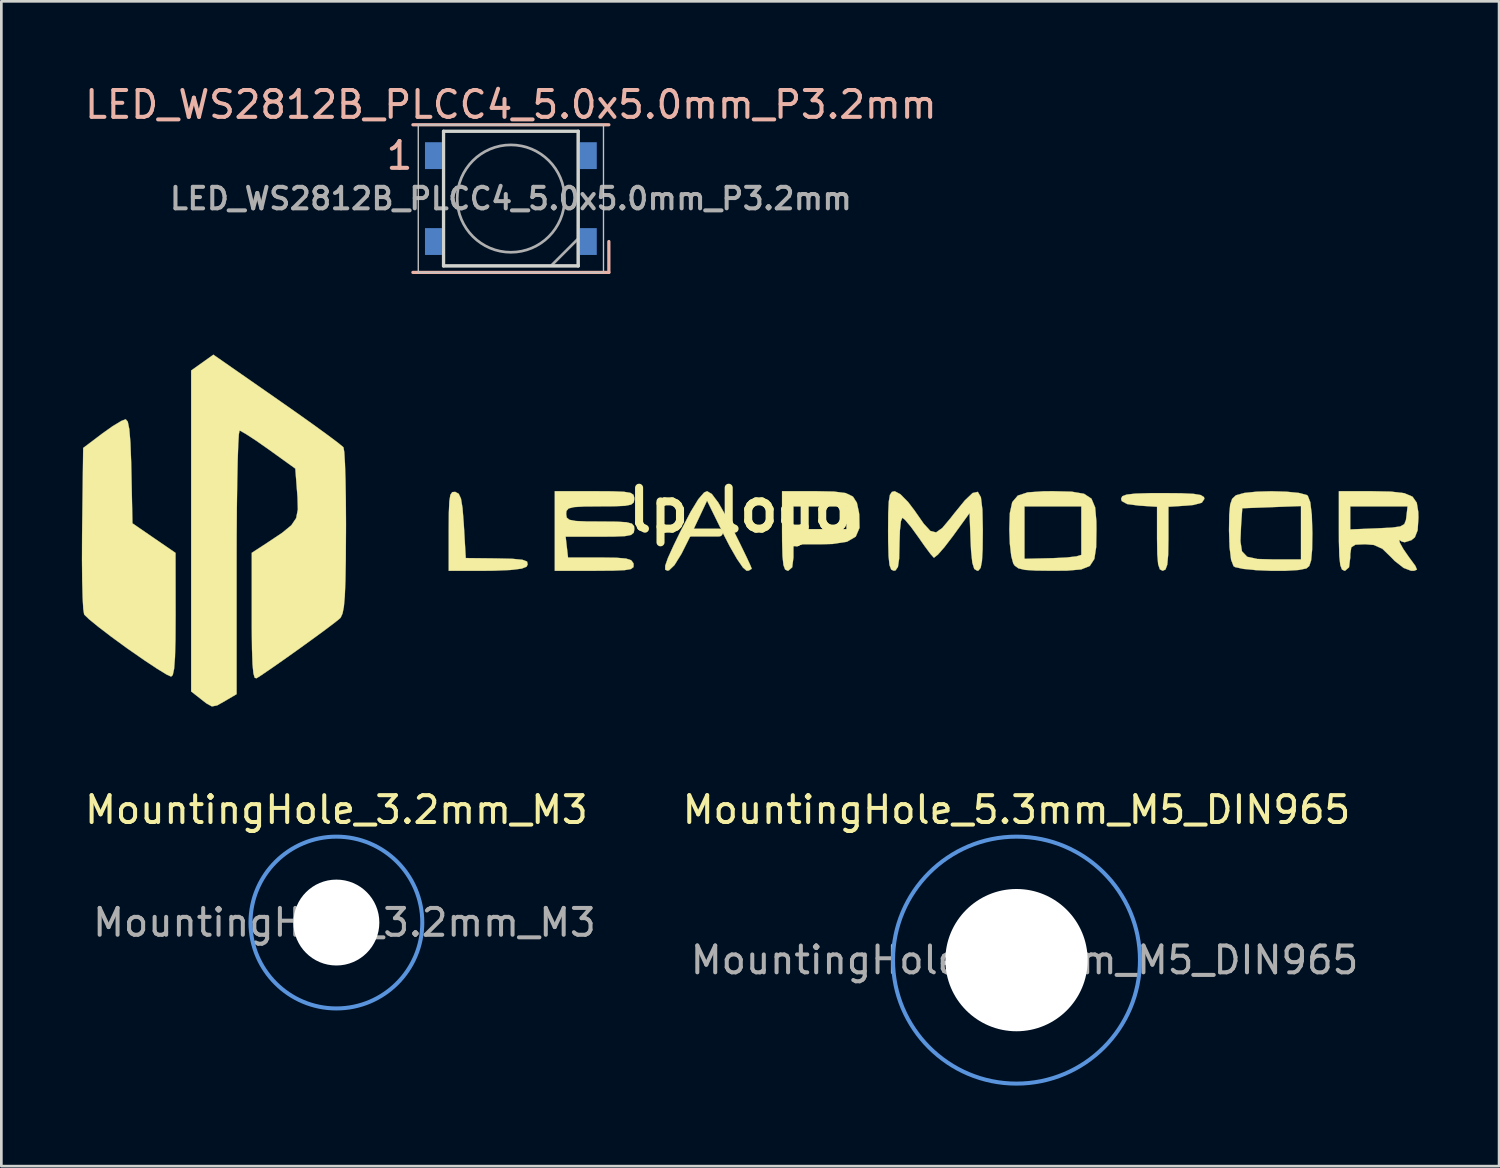
<source format=kicad_pcb>
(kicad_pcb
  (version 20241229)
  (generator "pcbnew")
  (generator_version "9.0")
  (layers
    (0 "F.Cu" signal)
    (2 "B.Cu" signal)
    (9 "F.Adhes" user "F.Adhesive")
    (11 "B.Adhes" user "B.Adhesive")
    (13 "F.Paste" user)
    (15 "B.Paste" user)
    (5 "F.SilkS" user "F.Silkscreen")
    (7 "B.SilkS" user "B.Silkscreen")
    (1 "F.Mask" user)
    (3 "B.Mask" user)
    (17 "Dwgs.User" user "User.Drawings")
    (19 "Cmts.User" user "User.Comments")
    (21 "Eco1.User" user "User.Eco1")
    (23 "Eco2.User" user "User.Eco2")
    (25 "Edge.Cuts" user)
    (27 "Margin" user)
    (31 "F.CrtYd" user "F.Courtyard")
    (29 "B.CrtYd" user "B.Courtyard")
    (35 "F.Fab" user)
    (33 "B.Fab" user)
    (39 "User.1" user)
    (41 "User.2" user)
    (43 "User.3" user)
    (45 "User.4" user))
  (footprint "LED_WS2812B_PLCC4_5.0x5.0mm_P3.2mm"
    (layer "F.Cu")
    (at 15.982 4.348)
    (property "Reference" "LED_WS2812B_PLCC4_5.0x5.0mm_P3.2mm" (at 0 -3.5 0) (layer "B.SilkS") (effects (font (size 1 1) (thickness 0.15))))
    (attr smd)
    (fp_line (start -3.65 -2.75) (end 3.65 -2.75) (stroke (width 0.12) (type solid)) (layer "B.SilkS"))
    (fp_line (start -3.65 2.75) (end 3.65 2.75) (stroke (width 0.12) (type solid)) (layer "B.SilkS"))
    (fp_line (start 3.65 2.75) (end 3.65 1.6) (stroke (width 0.12) (type solid)) (layer "B.SilkS"))
    (fp_line (start -3.45 -2.75) (end -3.45 2.75) (stroke (width 0.05) (type solid)) (layer "Dwgs.User"))
    (fp_line (start -3.45 2.75) (end 3.45 2.75) (stroke (width 0.05) (type solid)) (layer "Dwgs.User"))
    (fp_line (start 3.45 -2.75) (end -3.45 -2.75) (stroke (width 0.05) (type solid)) (layer "Dwgs.User"))
    (fp_line (start 3.45 2.75) (end 3.45 -2.75) (stroke (width 0.05) (type solid)) (layer "Dwgs.User"))
    (fp_line (start -2.51 -2.51) (end 2.51 -2.51) (stroke (width 0.12) (type solid)) (layer "Edge.Cuts"))
    (fp_line (start -2.51 2.51) (end -2.51 -2.51) (stroke (width 0.12) (type solid)) (layer "Edge.Cuts"))
    (fp_line (start 2.51 -2.51) (end 2.51 2.5) (stroke (width 0.12) (type solid)) (layer "Edge.Cuts"))
    (fp_line (start 2.51 2.5) (end 2.51 2.51) (stroke (width 0.12) (type solid)) (layer "Edge.Cuts"))
    (fp_line (start 2.51 2.51) (end -2.51 2.51) (stroke (width 0.12) (type solid)) (layer "Edge.Cuts"))
    (fp_line (start -2.5 -2.5) (end -2.5 2.5) (stroke (width 0.1) (type solid)) (layer "F.Fab"))
    (fp_line (start -2.5 2.5) (end 2.5 2.5) (stroke (width 0.1) (type solid)) (layer "F.Fab"))
    (fp_line (start 2.5 -2.5) (end -2.5 -2.5) (stroke (width 0.1) (type solid)) (layer "F.Fab"))
    (fp_line (start 2.5 1.5) (end 1.5 2.5) (stroke (width 0.1) (type solid)) (layer "F.Fab"))
    (fp_line (start 2.5 2.5) (end 2.5 -2.5) (stroke (width 0.1) (type solid)) (layer "F.Fab"))
    (fp_circle (center 0 0) (end 0 -2) (stroke (width 0.1) (type solid)) (fill no) (layer "F.Fab"))
    (fp_text user "1" (at -4.15 -1.6 0) (layer "B.SilkS") (effects (font (size 1 1) (thickness 0.15))))
    (fp_text user "${REFERENCE}" (at 0 0 0) (layer "F.Fab") (effects (font (size 0.8 0.8) (thickness 0.15))))
    (pad "1" smd rect (at -2.885 -1.6) (size 0.63 1) (layers "B.Cu" "B.Mask" "B.Paste"))
    (pad "2" smd rect (at -2.885 1.6) (size 0.63 1) (layers "B.Cu" "B.Mask" "B.Paste"))
    (pad "3" smd rect (at 2.885 1.6) (size 0.63 1) (layers "B.Cu" "B.Mask" "B.Paste"))
    (pad "4" smd rect (at 2.885 -1.6) (size 0.63 1) (layers "B.Cu" "B.Mask" "B.Paste")))
  (footprint "lp_logo"
    (layer "F.Cu")
    (at 24.532 15.955)
    (property "Reference" "lp_logo" (at 0 0 0) (layer "F.SilkS") (effects (font (size 1.524 1.524) (thickness 0.3))))
    (attr through_hole)
    (fp_poly (pts (xy -10.619 -0.679) (xy -10.493 -0.611) (xy -10.409 -0.428) (xy -10.351 -0.076) (xy -10.306 0.498) (xy -10.301 0.576) (xy -10.231 1.785) (xy -9.126 1.797) (xy -8.506 1.811) (xy -8.127 1.847) (xy -7.947 1.914) (xy -7.925 2.023) (xy -7.967 2.107) (xy -8.149 2.178) (xy -8.568 2.229) (xy -9.176 2.255) (xy -9.463 2.258) (xy -10.866 2.258) (xy -10.866 0.766) (xy -10.861 0.101) (xy -10.843 -0.329) (xy -10.804 -0.571) (xy -10.734 -0.672) (xy -10.626 -0.681) (xy -10.619 -0.679)) (stroke (width 0.01) (type solid)) (fill yes) (layer "F.SilkS"))
    (fp_poly (pts (xy 16.429 -0.629) (xy 16.886 -0.607) (xy 17.151 -0.562) (xy 17.268 -0.489) (xy 17.286 -0.423) (xy 17.19 -0.277) (xy 16.876 -0.193) (xy 16.616 -0.169) (xy 15.946 -0.126) (xy 15.946 1.066) (xy 15.936 1.664) (xy 15.903 2.028) (xy 15.837 2.21) (xy 15.734 2.258) (xy 15.628 2.206) (xy 15.563 2.019) (xy 15.531 1.647) (xy 15.522 1.066) (xy 15.522 -0.126) (xy 14.852 -0.169) (xy 14.41 -0.227) (xy 14.206 -0.339) (xy 14.182 -0.423) (xy 14.226 -0.518) (xy 14.389 -0.58) (xy 14.715 -0.617) (xy 15.249 -0.633) (xy 15.734 -0.635) (xy 16.429 -0.629)) (stroke (width 0.01) (type solid)) (fill yes) (layer "F.SilkS"))
    (fp_poly (pts (xy -1.064 -0.602) (xy -0.822 -0.28) (xy -0.502 0.28) (xy -0.284 0.703) (xy -0.000233 1.274) (xy 0.229 1.747) (xy 0.378 2.069) (xy 0.423 2.185) (xy 0.31 2.252) (xy 0.233 2.258) (xy 0.095 2.139) (xy -0.127 1.817) (xy -0.397 1.346) (xy -0.6 0.953) (xy -1.242 -0.353) (xy -1.856 0.95) (xy -2.195 1.626) (xy -2.458 2.05) (xy -2.657 2.24) (xy -2.716 2.255) (xy -2.802 2.216) (xy -2.801 2.071) (xy -2.7 1.782) (xy -2.487 1.313) (xy -2.225 0.776) (xy -1.852 0.06) (xy -1.565 -0.411) (xy -1.352 -0.657) (xy -1.239 -0.706) (xy -1.064 -0.602)) (stroke (width 0.01) (type solid)) (fill yes) (layer "F.SilkS"))
    (fp_poly (pts (xy 3.479 -0.693) (xy 3.924 -0.636) (xy 4.193 -0.506) (xy 4.34 -0.275) (xy 4.417 0.087) (xy 4.428 0.172) (xy 4.437 0.66) (xy 4.297 0.986) (xy 3.972 1.176) (xy 3.427 1.26) (xy 3.026 1.27) (xy 1.976 1.27) (xy 1.976 1.764) (xy 1.93 2.129) (xy 1.783 2.257) (xy 1.764 2.258) (xy 1.667 2.212) (xy 1.604 2.046) (xy 1.569 1.712) (xy 1.554 1.167) (xy 1.552 0.776) (xy 1.552 -0.141) (xy 1.976 -0.141) (xy 1.976 0.706) (xy 3.951 0.706) (xy 3.951 -0.141) (xy 1.976 -0.141) (xy 1.552 -0.141) (xy 1.552 -0.706) (xy 2.805 -0.706) (xy 3.479 -0.693)) (stroke (width 0.01) (type solid)) (fill yes) (layer "F.SilkS"))
    (fp_poly (pts (xy -22.823 -3.298) (xy -22.765 -3.016) (xy -22.723 -2.513) (xy -22.695 -1.764) (xy -22.688 -1.448) (xy -22.648 0.49) (xy -21.846 1.041) (xy -21.043 1.592) (xy -21.04 3.901) (xy -21.045 4.816) (xy -21.063 5.476) (xy -21.096 5.909) (xy -21.146 6.141) (xy -21.208 6.201) (xy -21.382 6.12) (xy -21.734 5.904) (xy -22.216 5.584) (xy -22.779 5.193) (xy -22.857 5.138) (xy -23.425 4.724) (xy -23.91 4.353) (xy -24.264 4.064) (xy -24.441 3.894) (xy -24.447 3.883) (xy -24.479 3.688) (xy -24.503 3.255) (xy -24.52 2.629) (xy -24.527 1.855) (xy -24.524 0.977) (xy -24.521 0.684) (xy -24.483 -2.317) (xy -23.777 -2.851) (xy -23.381 -3.132) (xy -23.058 -3.326) (xy -22.899 -3.386) (xy -22.823 -3.298)) (stroke (width 0.01) (type solid)) (fill yes) (layer "F.SilkS"))
    (fp_poly (pts (xy 12.339 -0.689) (xy 12.802 -0.61) (xy 13.079 -0.428) (xy 13.216 -0.101) (xy 13.261 0.413) (xy 13.264 0.725) (xy 13.253 1.382) (xy 13.186 1.818) (xy 13.016 2.079) (xy 12.695 2.208) (xy 12.174 2.253) (xy 11.642 2.258) (xy 11.009 2.251) (xy 10.6 2.225) (xy 10.356 2.167) (xy 10.22 2.068) (xy 10.165 1.985) (xy 10.091 1.709) (xy 10.038 1.252) (xy 10.019 0.725) (xy 10.038 0.11) (xy 10.093 -0.141) (xy 10.583 -0.141) (xy 10.583 1.813) (xy 11.642 1.788) (xy 12.148 1.764) (xy 12.522 1.721) (xy 12.696 1.668) (xy 12.701 1.658) (xy 12.7 1.47) (xy 12.7 1.09) (xy 12.7 0.706) (xy 12.7 -0.141) (xy 10.583 -0.141) (xy 10.093 -0.141) (xy 10.127 -0.298) (xy 10.333 -0.542) (xy 10.704 -0.663) (xy 11.287 -0.703) (xy 11.642 -0.706) (xy 12.339 -0.689)) (stroke (width 0.01) (type solid)) (fill yes) (layer "F.SilkS"))
    (fp_poly (pts (xy 20.337 -0.688) (xy 20.802 -0.642) (xy 21.096 -0.565) (xy 21.138 -0.536) (xy 21.23 -0.296) (xy 21.288 0.185) (xy 21.308 0.86) (xy 21.298 1.478) (xy 21.262 1.868) (xy 21.192 2.082) (xy 21.085 2.172) (xy 20.782 2.23) (xy 20.314 2.258) (xy 19.763 2.259) (xy 19.211 2.235) (xy 18.741 2.189) (xy 18.434 2.123) (xy 18.373 2.088) (xy 18.281 1.85) (xy 18.223 1.377) (xy 18.216 1.157) (xy 18.627 1.157) (xy 18.686 1.533) (xy 18.88 1.737) (xy 19.257 1.819) (xy 19.829 1.834) (xy 20.884 1.834) (xy 20.884 -0.153) (xy 19.791 -0.112) (xy 18.697 -0.071) (xy 18.653 0.553) (xy 18.627 1.157) (xy 18.216 1.157) (xy 18.203 0.753) (xy 18.212 0.164) (xy 18.246 -0.206) (xy 18.319 -0.42) (xy 18.443 -0.54) (xy 18.476 -0.559) (xy 18.772 -0.641) (xy 19.238 -0.689) (xy 19.788 -0.704) (xy 20.337 -0.688)) (stroke (width 0.01) (type solid)) (fill yes) (layer "F.SilkS"))
    (fp_poly (pts (xy -4.772 -0.702) (xy -4.343 -0.685) (xy -4.097 -0.645) (xy -3.983 -0.573) (xy -3.952 -0.459) (xy -3.951 -0.423) (xy -3.972 -0.289) (xy -4.072 -0.206) (xy -4.303 -0.161) (xy -4.72 -0.144) (xy -5.221 -0.141) (xy -5.825 -0.136) (xy -6.199 -0.114) (xy -6.4 -0.063) (xy -6.479 0.03) (xy -6.491 0.141) (xy -6.47 0.275) (xy -6.37 0.359) (xy -6.139 0.403) (xy -5.722 0.421) (xy -5.221 0.423) (xy -4.618 0.428) (xy -4.243 0.45) (xy -4.043 0.502) (xy -3.963 0.594) (xy -3.951 0.706) (xy -3.972 0.839) (xy -4.071 0.922) (xy -4.301 0.967) (xy -4.717 0.985) (xy -5.23 0.988) (xy -6.51 0.988) (xy -6.421 1.764) (xy -5.223 1.764) (xy -4.631 1.772) (xy -4.264 1.802) (xy -4.068 1.866) (xy -3.987 1.974) (xy -3.978 2.011) (xy -3.982 2.121) (xy -4.077 2.193) (xy -4.31 2.234) (xy -4.727 2.253) (xy -5.377 2.258) (xy -5.422 2.258) (xy -6.914 2.258) (xy -6.914 -0.706) (xy -5.433 -0.706) (xy -4.772 -0.702)) (stroke (width 0.01) (type solid)) (fill yes) (layer "F.SilkS"))
    (fp_poly (pts (xy 24.237 -0.691) (xy 24.734 -0.632) (xy 25.038 -0.503) (xy 25.197 -0.277) (xy 25.254 0.07) (xy 25.259 0.282) (xy 25.23 0.747) (xy 25.127 1.011) (xy 24.995 1.119) (xy 24.747 1.196) (xy 24.642 1.171) (xy 24.54 1.104) (xy 24.568 1.216) (xy 24.698 1.45) (xy 24.906 1.751) (xy 24.923 1.773) (xy 25.145 2.075) (xy 25.203 2.215) (xy 25.104 2.256) (xy 24.989 2.258) (xy 24.711 2.154) (xy 24.374 1.891) (xy 24.252 1.764) (xy 23.917 1.439) (xy 23.596 1.296) (xy 23.269 1.27) (xy 22.913 1.286) (xy 22.758 1.384) (xy 22.72 1.637) (xy 22.719 1.764) (xy 22.673 2.129) (xy 22.526 2.257) (xy 22.507 2.258) (xy 22.411 2.212) (xy 22.348 2.046) (xy 22.312 1.712) (xy 22.297 1.167) (xy 22.296 0.776) (xy 22.296 -0.141) (xy 22.719 -0.141) (xy 22.719 0.718) (xy 23.742 0.676) (xy 24.27 0.65) (xy 24.579 0.607) (xy 24.732 0.522) (xy 24.793 0.37) (xy 24.81 0.247) (xy 24.854 -0.141) (xy 22.719 -0.141) (xy 22.296 -0.141) (xy 22.296 -0.706) (xy 23.504 -0.706) (xy 24.237 -0.691)) (stroke (width 0.01) (type solid)) (fill yes) (layer "F.SilkS"))
    (fp_poly (pts (xy 5.96 -0.594) (xy 6.247 -0.304) (xy 6.48 0.003) (xy 6.829 0.503) (xy 7.079 0.776) (xy 7.29 0.828) (xy 7.521 0.664) (xy 7.834 0.291) (xy 7.951 0.14) (xy 8.36 -0.362) (xy 8.652 -0.64) (xy 8.845 -0.682) (xy 8.96 -0.478) (xy 9.016 -0.015) (xy 9.031 0.717) (xy 9.031 0.776) (xy 9.024 1.456) (xy 8.999 1.899) (xy 8.95 2.148) (xy 8.871 2.249) (xy 8.825 2.258) (xy 8.713 2.19) (xy 8.64 1.958) (xy 8.594 1.513) (xy 8.578 1.183) (xy 8.537 0.109) (xy 7.916 0.967) (xy 7.608 1.37) (xy 7.359 1.655) (xy 7.215 1.77) (xy 7.204 1.768) (xy 7.081 1.63) (xy 6.856 1.327) (xy 6.625 0.997) (xy 6.353 0.621) (xy 6.135 0.362) (xy 6.032 0.282) (xy 5.98 0.412) (xy 5.943 0.751) (xy 5.927 1.231) (xy 5.927 1.27) (xy 5.914 1.807) (xy 5.869 2.114) (xy 5.781 2.243) (xy 5.715 2.258) (xy 5.618 2.212) (xy 5.555 2.046) (xy 5.52 1.712) (xy 5.505 1.167) (xy 5.503 0.776) (xy 5.508 0.111) (xy 5.528 -0.321) (xy 5.57 -0.568) (xy 5.644 -0.68) (xy 5.75 -0.705) (xy 5.96 -0.594)) (stroke (width 0.01) (type solid)) (fill yes) (layer "F.SilkS"))
    (fp_poly (pts (xy -17.26 -4.139) (xy -16.538 -3.633) (xy -15.894 -3.175) (xy -15.366 -2.791) (xy -14.988 -2.508) (xy -14.799 -2.352) (xy -14.786 -2.337) (xy -14.756 -2.157) (xy -14.731 -1.738) (xy -14.711 -1.125) (xy -14.698 -0.36) (xy -14.693 0.512) (xy -14.694 0.815) (xy -14.7 1.847) (xy -14.714 2.631) (xy -14.737 3.203) (xy -14.772 3.599) (xy -14.822 3.852) (xy -14.888 3.997) (xy -14.914 4.028) (xy -15.095 4.176) (xy -15.451 4.445) (xy -15.924 4.792) (xy -16.458 5.178) (xy -16.996 5.56) (xy -17.481 5.899) (xy -17.855 6.154) (xy -18.027 6.263) (xy -18.094 6.244) (xy -18.142 6.077) (xy -18.175 5.731) (xy -18.194 5.177) (xy -18.203 4.383) (xy -18.203 3.978) (xy -18.203 1.59) (xy -17.604 1.2) (xy -17.067 0.841) (xy -16.729 0.563) (xy -16.549 0.296) (xy -16.486 -0.026) (xy -16.499 -0.474) (xy -16.51 -0.625) (xy -16.581 -1.549) (xy -17.564 -2.256) (xy -18.022 -2.577) (xy -18.395 -2.821) (xy -18.622 -2.952) (xy -18.658 -2.963) (xy -18.684 -2.828) (xy -18.707 -2.442) (xy -18.728 -1.837) (xy -18.745 -1.047) (xy -18.758 -0.103) (xy -18.766 0.963) (xy -18.768 1.945) (xy -18.768 6.854) (xy -19.178 7.096) (xy -19.492 7.274) (xy -19.687 7.311) (xy -19.892 7.199) (xy -20.089 7.045) (xy -20.461 6.753) (xy -20.461 -5.202) (xy -19.633 -5.791) (xy -17.26 -4.139)) (stroke (width 0.01) (type solid)) (fill yes) (layer "F.SilkS")))
  (footprint "MountingHole_5.3mm_M5_DIN965"
    (layer "F.Cu")
    (at 34.818 32.718)
    (property "Reference" "MountingHole_5.3mm_M5_DIN965" (at 0 -5.6 0) (layer "F.SilkS") (effects (font (size 1 1) (thickness 0.15))))
    (attr exclude_from_pos_files exclude_from_bom)
    (fp_circle (center 0 0) (end 4.6 0) (stroke (width 0.15) (type solid)) (fill no) (layer "Cmts.User"))
    (fp_text user "${REFERENCE}" (at 0.3 0 0) (layer "F.Fab") (effects (font (size 1 1) (thickness 0.15))))
    (pad "" np_thru_hole circle (at 0 0) (size 5.3 5.3) (drill 5.3) (layers "*.Cu" "*.Mask")))
  (footprint "MountingHole_3.2mm_M3"
    (layer "F.Cu")
    (at 9.482 31.318)
    (property "Reference" "MountingHole_3.2mm_M3" (at 0 -4.2 0) (layer "F.SilkS") (effects (font (size 1 1) (thickness 0.15))))
    (attr exclude_from_pos_files exclude_from_bom)
    (fp_circle (center 0 0) (end 3.2 0) (stroke (width 0.15) (type solid)) (fill no) (layer "Cmts.User"))
    (fp_text user "${REFERENCE}" (at 0.3 0 0) (layer "F.Fab") (effects (font (size 1 1) (thickness 0.15))))
    (pad "" np_thru_hole circle (at 0 0) (size 3.2 3.2) (drill 3.2) (layers "*.Cu" "*.Mask")))
  (gr_rect
    (start -3 -3)
    (end 52.796 40.393)
    (stroke (width 0.1) (type default))
    (fill no)
    (layer "Edge.Cuts")))
</source>
